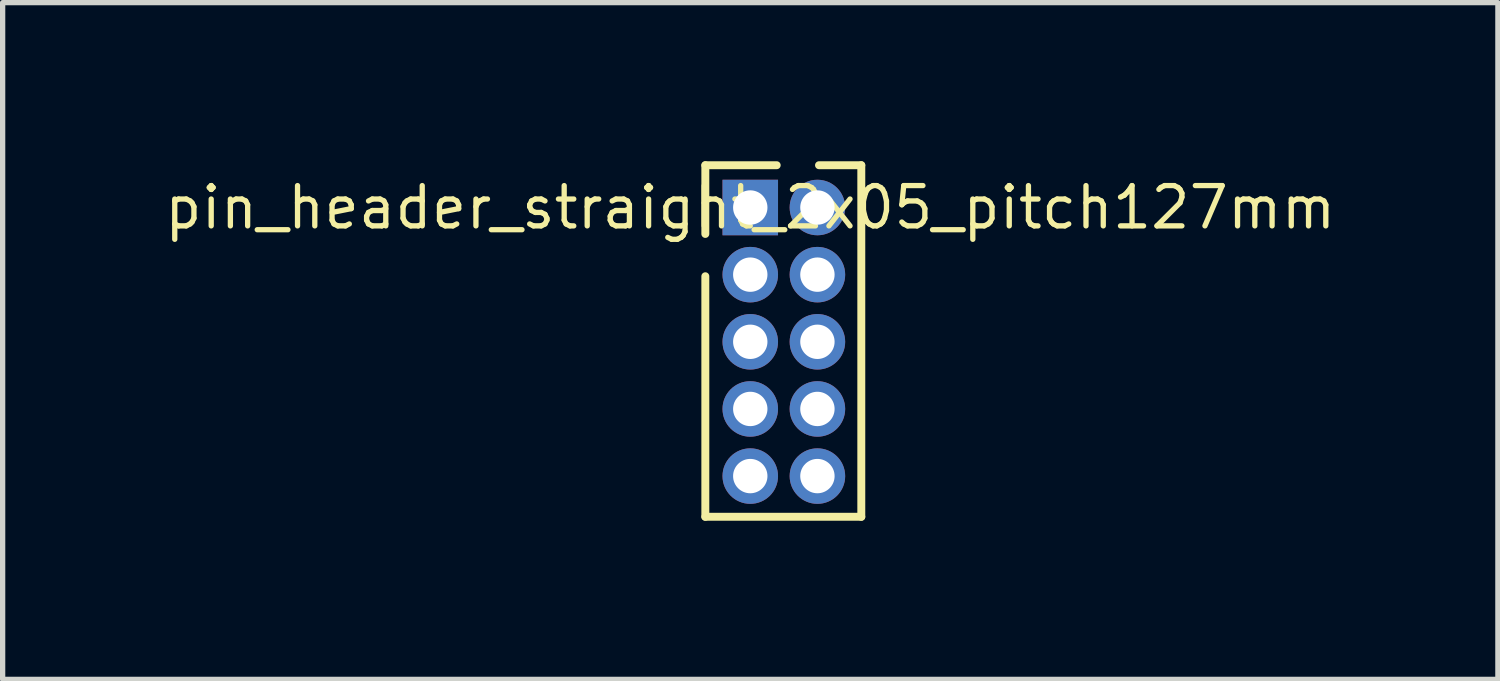
<source format=kicad_pcb>
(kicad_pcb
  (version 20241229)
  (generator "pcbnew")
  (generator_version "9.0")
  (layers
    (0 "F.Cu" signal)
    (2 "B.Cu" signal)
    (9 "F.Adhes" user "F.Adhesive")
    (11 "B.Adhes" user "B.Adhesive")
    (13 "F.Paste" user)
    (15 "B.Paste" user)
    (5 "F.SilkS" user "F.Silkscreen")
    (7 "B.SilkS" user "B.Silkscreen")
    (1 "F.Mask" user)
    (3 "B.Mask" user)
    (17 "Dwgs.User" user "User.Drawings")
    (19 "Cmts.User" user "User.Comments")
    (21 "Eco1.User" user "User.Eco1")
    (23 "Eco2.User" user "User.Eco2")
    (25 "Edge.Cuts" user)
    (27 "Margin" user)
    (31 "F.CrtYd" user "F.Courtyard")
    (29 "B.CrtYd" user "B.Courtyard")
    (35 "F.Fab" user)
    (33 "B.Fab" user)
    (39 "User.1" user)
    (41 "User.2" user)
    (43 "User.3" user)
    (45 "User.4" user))
  (footprint "pin_header_straight_2x05_pitch127mm"
    (layer "F.Cu")
    (at 11.141 0.875)
    (property "Reference" "pin_header_straight_2x05_pitch127mm" (at 0 0 0) (layer "F.SilkS") (effects (font (size 0.762 0.762) (thickness 0.1))))
    (attr through_hole)
    (fp_poly (pts (xy -0.675 0.675) (xy 0.675 0.675) (xy 0.675 -0.675) (xy -0.675 -0.675)) (stroke (width 0) (type solid)) (fill yes) (layer "F.Mask"))
    (fp_poly (pts (xy 0.675 1.27) (xy 0.662 1.138) (xy 0.624 1.012) (xy 0.561 0.895) (xy 0.477 0.793) (xy 0.375 0.709) (xy 0.258 0.646) (xy 0.132 0.608) (xy 0 0.595) (xy -0.132 0.608) (xy -0.258 0.646) (xy -0.375 0.709) (xy -0.477 0.793) (xy -0.561 0.895) (xy -0.624 1.012) (xy -0.662 1.138) (xy -0.675 1.27) (xy -0.662 1.402) (xy -0.624 1.528) (xy -0.561 1.645) (xy -0.477 1.747) (xy -0.375 1.831) (xy -0.258 1.894) (xy -0.132 1.932) (xy 0 1.945) (xy 0.132 1.932) (xy 0.258 1.894) (xy 0.375 1.831) (xy 0.477 1.747) (xy 0.561 1.645) (xy 0.624 1.528) (xy 0.662 1.402)) (stroke (width 0) (type solid)) (fill yes) (layer "F.Mask"))
    (fp_poly (pts (xy 0.675 2.54) (xy 0.662 2.408) (xy 0.624 2.282) (xy 0.561 2.165) (xy 0.477 2.063) (xy 0.375 1.979) (xy 0.258 1.916) (xy 0.132 1.878) (xy 0 1.865) (xy -0.132 1.878) (xy -0.258 1.916) (xy -0.375 1.979) (xy -0.477 2.063) (xy -0.561 2.165) (xy -0.624 2.282) (xy -0.662 2.408) (xy -0.675 2.54) (xy -0.662 2.672) (xy -0.624 2.798) (xy -0.561 2.915) (xy -0.477 3.017) (xy -0.375 3.101) (xy -0.258 3.164) (xy -0.132 3.202) (xy 0 3.215) (xy 0.132 3.202) (xy 0.258 3.164) (xy 0.375 3.101) (xy 0.477 3.017) (xy 0.561 2.915) (xy 0.624 2.798) (xy 0.662 2.672)) (stroke (width 0) (type solid)) (fill yes) (layer "F.Mask"))
    (fp_poly (pts (xy 0.675 3.81) (xy 0.662 3.678) (xy 0.624 3.552) (xy 0.561 3.435) (xy 0.477 3.333) (xy 0.375 3.249) (xy 0.258 3.186) (xy 0.132 3.148) (xy 0 3.135) (xy -0.132 3.148) (xy -0.258 3.186) (xy -0.375 3.249) (xy -0.477 3.333) (xy -0.561 3.435) (xy -0.624 3.552) (xy -0.662 3.678) (xy -0.675 3.81) (xy -0.662 3.942) (xy -0.624 4.068) (xy -0.561 4.185) (xy -0.477 4.287) (xy -0.375 4.371) (xy -0.258 4.434) (xy -0.132 4.472) (xy 0 4.485) (xy 0.132 4.472) (xy 0.258 4.434) (xy 0.375 4.371) (xy 0.477 4.287) (xy 0.561 4.185) (xy 0.624 4.068) (xy 0.662 3.942)) (stroke (width 0) (type solid)) (fill yes) (layer "F.Mask"))
    (fp_poly (pts (xy 0.675 5.08) (xy 0.662 4.948) (xy 0.624 4.822) (xy 0.561 4.705) (xy 0.477 4.603) (xy 0.375 4.519) (xy 0.258 4.456) (xy 0.132 4.418) (xy 0 4.405) (xy -0.132 4.418) (xy -0.258 4.456) (xy -0.375 4.519) (xy -0.477 4.603) (xy -0.561 4.705) (xy -0.624 4.822) (xy -0.662 4.948) (xy -0.675 5.08) (xy -0.662 5.212) (xy -0.624 5.338) (xy -0.561 5.455) (xy -0.477 5.557) (xy -0.375 5.641) (xy -0.258 5.704) (xy -0.132 5.742) (xy 0 5.755) (xy 0.132 5.742) (xy 0.258 5.704) (xy 0.375 5.641) (xy 0.477 5.557) (xy 0.561 5.455) (xy 0.624 5.338) (xy 0.662 5.212)) (stroke (width 0) (type solid)) (fill yes) (layer "F.Mask"))
    (fp_poly (pts (xy 1.945 0) (xy 1.932 -0.132) (xy 1.894 -0.258) (xy 1.831 -0.375) (xy 1.747 -0.477) (xy 1.645 -0.561) (xy 1.528 -0.624) (xy 1.402 -0.662) (xy 1.27 -0.675) (xy 1.138 -0.662) (xy 1.012 -0.624) (xy 0.895 -0.561) (xy 0.793 -0.477) (xy 0.709 -0.375) (xy 0.646 -0.258) (xy 0.608 -0.132) (xy 0.595 0) (xy 0.608 0.132) (xy 0.646 0.258) (xy 0.709 0.375) (xy 0.793 0.477) (xy 0.895 0.561) (xy 1.012 0.624) (xy 1.138 0.662) (xy 1.27 0.675) (xy 1.402 0.662) (xy 1.528 0.624) (xy 1.645 0.561) (xy 1.747 0.477) (xy 1.831 0.375) (xy 1.894 0.258) (xy 1.932 0.132)) (stroke (width 0) (type solid)) (fill yes) (layer "F.Mask"))
    (fp_poly (pts (xy 1.945 1.27) (xy 1.932 1.138) (xy 1.894 1.012) (xy 1.831 0.895) (xy 1.747 0.793) (xy 1.645 0.709) (xy 1.528 0.646) (xy 1.402 0.608) (xy 1.27 0.595) (xy 1.138 0.608) (xy 1.012 0.646) (xy 0.895 0.709) (xy 0.793 0.793) (xy 0.709 0.895) (xy 0.646 1.012) (xy 0.608 1.138) (xy 0.595 1.27) (xy 0.608 1.402) (xy 0.646 1.528) (xy 0.709 1.645) (xy 0.793 1.747) (xy 0.895 1.831) (xy 1.012 1.894) (xy 1.138 1.932) (xy 1.27 1.945) (xy 1.402 1.932) (xy 1.528 1.894) (xy 1.645 1.831) (xy 1.747 1.747) (xy 1.831 1.645) (xy 1.894 1.528) (xy 1.932 1.402)) (stroke (width 0) (type solid)) (fill yes) (layer "F.Mask"))
    (fp_poly (pts (xy 1.945 2.54) (xy 1.932 2.408) (xy 1.894 2.282) (xy 1.831 2.165) (xy 1.747 2.063) (xy 1.645 1.979) (xy 1.528 1.916) (xy 1.402 1.878) (xy 1.27 1.865) (xy 1.138 1.878) (xy 1.012 1.916) (xy 0.895 1.979) (xy 0.793 2.063) (xy 0.709 2.165) (xy 0.646 2.282) (xy 0.608 2.408) (xy 0.595 2.54) (xy 0.608 2.672) (xy 0.646 2.798) (xy 0.709 2.915) (xy 0.793 3.017) (xy 0.895 3.101) (xy 1.012 3.164) (xy 1.138 3.202) (xy 1.27 3.215) (xy 1.402 3.202) (xy 1.528 3.164) (xy 1.645 3.101) (xy 1.747 3.017) (xy 1.831 2.915) (xy 1.894 2.798) (xy 1.932 2.672)) (stroke (width 0) (type solid)) (fill yes) (layer "F.Mask"))
    (fp_poly (pts (xy 1.945 3.81) (xy 1.932 3.678) (xy 1.894 3.552) (xy 1.831 3.435) (xy 1.747 3.333) (xy 1.645 3.249) (xy 1.528 3.186) (xy 1.402 3.148) (xy 1.27 3.135) (xy 1.138 3.148) (xy 1.012 3.186) (xy 0.895 3.249) (xy 0.793 3.333) (xy 0.709 3.435) (xy 0.646 3.552) (xy 0.608 3.678) (xy 0.595 3.81) (xy 0.608 3.942) (xy 0.646 4.068) (xy 0.709 4.185) (xy 0.793 4.287) (xy 0.895 4.371) (xy 1.012 4.434) (xy 1.138 4.472) (xy 1.27 4.485) (xy 1.402 4.472) (xy 1.528 4.434) (xy 1.645 4.371) (xy 1.747 4.287) (xy 1.831 4.185) (xy 1.894 4.068) (xy 1.932 3.942)) (stroke (width 0) (type solid)) (fill yes) (layer "F.Mask"))
    (fp_poly (pts (xy 1.945 5.08) (xy 1.932 4.948) (xy 1.894 4.822) (xy 1.831 4.705) (xy 1.747 4.603) (xy 1.645 4.519) (xy 1.528 4.456) (xy 1.402 4.418) (xy 1.27 4.405) (xy 1.138 4.418) (xy 1.012 4.456) (xy 0.895 4.519) (xy 0.793 4.603) (xy 0.709 4.705) (xy 0.646 4.822) (xy 0.608 4.948) (xy 0.595 5.08) (xy 0.608 5.212) (xy 0.646 5.338) (xy 0.709 5.455) (xy 0.793 5.557) (xy 0.895 5.641) (xy 1.012 5.704) (xy 1.138 5.742) (xy 1.27 5.755) (xy 1.402 5.742) (xy 1.528 5.704) (xy 1.645 5.641) (xy 1.747 5.557) (xy 1.831 5.455) (xy 1.894 5.338) (xy 1.932 5.212)) (stroke (width 0) (type solid)) (fill yes) (layer "F.Mask"))
    (fp_poly (pts (xy -0.675 0.675) (xy 0.675 0.675) (xy 0.675 -0.675) (xy -0.675 -0.675)) (stroke (width 0) (type solid)) (fill yes) (layer "B.Mask"))
    (fp_poly (pts (xy 0.675 1.27) (xy 0.662 1.138) (xy 0.624 1.012) (xy 0.561 0.895) (xy 0.477 0.793) (xy 0.375 0.709) (xy 0.258 0.646) (xy 0.132 0.608) (xy 0 0.595) (xy -0.132 0.608) (xy -0.258 0.646) (xy -0.375 0.709) (xy -0.477 0.793) (xy -0.561 0.895) (xy -0.624 1.012) (xy -0.662 1.138) (xy -0.675 1.27) (xy -0.662 1.402) (xy -0.624 1.528) (xy -0.561 1.645) (xy -0.477 1.747) (xy -0.375 1.831) (xy -0.258 1.894) (xy -0.132 1.932) (xy 0 1.945) (xy 0.132 1.932) (xy 0.258 1.894) (xy 0.375 1.831) (xy 0.477 1.747) (xy 0.561 1.645) (xy 0.624 1.528) (xy 0.662 1.402)) (stroke (width 0) (type solid)) (fill yes) (layer "B.Mask"))
    (fp_poly (pts (xy 0.675 2.54) (xy 0.662 2.408) (xy 0.624 2.282) (xy 0.561 2.165) (xy 0.477 2.063) (xy 0.375 1.979) (xy 0.258 1.916) (xy 0.132 1.878) (xy 0 1.865) (xy -0.132 1.878) (xy -0.258 1.916) (xy -0.375 1.979) (xy -0.477 2.063) (xy -0.561 2.165) (xy -0.624 2.282) (xy -0.662 2.408) (xy -0.675 2.54) (xy -0.662 2.672) (xy -0.624 2.798) (xy -0.561 2.915) (xy -0.477 3.017) (xy -0.375 3.101) (xy -0.258 3.164) (xy -0.132 3.202) (xy 0 3.215) (xy 0.132 3.202) (xy 0.258 3.164) (xy 0.375 3.101) (xy 0.477 3.017) (xy 0.561 2.915) (xy 0.624 2.798) (xy 0.662 2.672)) (stroke (width 0) (type solid)) (fill yes) (layer "B.Mask"))
    (fp_poly (pts (xy 0.675 3.81) (xy 0.662 3.678) (xy 0.624 3.552) (xy 0.561 3.435) (xy 0.477 3.333) (xy 0.375 3.249) (xy 0.258 3.186) (xy 0.132 3.148) (xy 0 3.135) (xy -0.132 3.148) (xy -0.258 3.186) (xy -0.375 3.249) (xy -0.477 3.333) (xy -0.561 3.435) (xy -0.624 3.552) (xy -0.662 3.678) (xy -0.675 3.81) (xy -0.662 3.942) (xy -0.624 4.068) (xy -0.561 4.185) (xy -0.477 4.287) (xy -0.375 4.371) (xy -0.258 4.434) (xy -0.132 4.472) (xy 0 4.485) (xy 0.132 4.472) (xy 0.258 4.434) (xy 0.375 4.371) (xy 0.477 4.287) (xy 0.561 4.185) (xy 0.624 4.068) (xy 0.662 3.942)) (stroke (width 0) (type solid)) (fill yes) (layer "B.Mask"))
    (fp_poly (pts (xy 0.675 5.08) (xy 0.662 4.948) (xy 0.624 4.822) (xy 0.561 4.705) (xy 0.477 4.603) (xy 0.375 4.519) (xy 0.258 4.456) (xy 0.132 4.418) (xy 0 4.405) (xy -0.132 4.418) (xy -0.258 4.456) (xy -0.375 4.519) (xy -0.477 4.603) (xy -0.561 4.705) (xy -0.624 4.822) (xy -0.662 4.948) (xy -0.675 5.08) (xy -0.662 5.212) (xy -0.624 5.338) (xy -0.561 5.455) (xy -0.477 5.557) (xy -0.375 5.641) (xy -0.258 5.704) (xy -0.132 5.742) (xy 0 5.755) (xy 0.132 5.742) (xy 0.258 5.704) (xy 0.375 5.641) (xy 0.477 5.557) (xy 0.561 5.455) (xy 0.624 5.338) (xy 0.662 5.212)) (stroke (width 0) (type solid)) (fill yes) (layer "B.Mask"))
    (fp_poly (pts (xy 1.945 0) (xy 1.932 -0.132) (xy 1.894 -0.258) (xy 1.831 -0.375) (xy 1.747 -0.477) (xy 1.645 -0.561) (xy 1.528 -0.624) (xy 1.402 -0.662) (xy 1.27 -0.675) (xy 1.138 -0.662) (xy 1.012 -0.624) (xy 0.895 -0.561) (xy 0.793 -0.477) (xy 0.709 -0.375) (xy 0.646 -0.258) (xy 0.608 -0.132) (xy 0.595 0) (xy 0.608 0.132) (xy 0.646 0.258) (xy 0.709 0.375) (xy 0.793 0.477) (xy 0.895 0.561) (xy 1.012 0.624) (xy 1.138 0.662) (xy 1.27 0.675) (xy 1.402 0.662) (xy 1.528 0.624) (xy 1.645 0.561) (xy 1.747 0.477) (xy 1.831 0.375) (xy 1.894 0.258) (xy 1.932 0.132)) (stroke (width 0) (type solid)) (fill yes) (layer "B.Mask"))
    (fp_poly (pts (xy 1.945 1.27) (xy 1.932 1.138) (xy 1.894 1.012) (xy 1.831 0.895) (xy 1.747 0.793) (xy 1.645 0.709) (xy 1.528 0.646) (xy 1.402 0.608) (xy 1.27 0.595) (xy 1.138 0.608) (xy 1.012 0.646) (xy 0.895 0.709) (xy 0.793 0.793) (xy 0.709 0.895) (xy 0.646 1.012) (xy 0.608 1.138) (xy 0.595 1.27) (xy 0.608 1.402) (xy 0.646 1.528) (xy 0.709 1.645) (xy 0.793 1.747) (xy 0.895 1.831) (xy 1.012 1.894) (xy 1.138 1.932) (xy 1.27 1.945) (xy 1.402 1.932) (xy 1.528 1.894) (xy 1.645 1.831) (xy 1.747 1.747) (xy 1.831 1.645) (xy 1.894 1.528) (xy 1.932 1.402)) (stroke (width 0) (type solid)) (fill yes) (layer "B.Mask"))
    (fp_poly (pts (xy 1.945 2.54) (xy 1.932 2.408) (xy 1.894 2.282) (xy 1.831 2.165) (xy 1.747 2.063) (xy 1.645 1.979) (xy 1.528 1.916) (xy 1.402 1.878) (xy 1.27 1.865) (xy 1.138 1.878) (xy 1.012 1.916) (xy 0.895 1.979) (xy 0.793 2.063) (xy 0.709 2.165) (xy 0.646 2.282) (xy 0.608 2.408) (xy 0.595 2.54) (xy 0.608 2.672) (xy 0.646 2.798) (xy 0.709 2.915) (xy 0.793 3.017) (xy 0.895 3.101) (xy 1.012 3.164) (xy 1.138 3.202) (xy 1.27 3.215) (xy 1.402 3.202) (xy 1.528 3.164) (xy 1.645 3.101) (xy 1.747 3.017) (xy 1.831 2.915) (xy 1.894 2.798) (xy 1.932 2.672)) (stroke (width 0) (type solid)) (fill yes) (layer "B.Mask"))
    (fp_poly (pts (xy 1.945 3.81) (xy 1.932 3.678) (xy 1.894 3.552) (xy 1.831 3.435) (xy 1.747 3.333) (xy 1.645 3.249) (xy 1.528 3.186) (xy 1.402 3.148) (xy 1.27 3.135) (xy 1.138 3.148) (xy 1.012 3.186) (xy 0.895 3.249) (xy 0.793 3.333) (xy 0.709 3.435) (xy 0.646 3.552) (xy 0.608 3.678) (xy 0.595 3.81) (xy 0.608 3.942) (xy 0.646 4.068) (xy 0.709 4.185) (xy 0.793 4.287) (xy 0.895 4.371) (xy 1.012 4.434) (xy 1.138 4.472) (xy 1.27 4.485) (xy 1.402 4.472) (xy 1.528 4.434) (xy 1.645 4.371) (xy 1.747 4.287) (xy 1.831 4.185) (xy 1.894 4.068) (xy 1.932 3.942)) (stroke (width 0) (type solid)) (fill yes) (layer "B.Mask"))
    (fp_poly (pts (xy 1.945 5.08) (xy 1.932 4.948) (xy 1.894 4.822) (xy 1.831 4.705) (xy 1.747 4.603) (xy 1.645 4.519) (xy 1.528 4.456) (xy 1.402 4.418) (xy 1.27 4.405) (xy 1.138 4.418) (xy 1.012 4.456) (xy 0.895 4.519) (xy 0.793 4.603) (xy 0.709 4.705) (xy 0.646 4.822) (xy 0.608 4.948) (xy 0.595 5.08) (xy 0.608 5.212) (xy 0.646 5.338) (xy 0.709 5.455) (xy 0.793 5.557) (xy 0.895 5.641) (xy 1.012 5.704) (xy 1.138 5.742) (xy 1.27 5.755) (xy 1.402 5.742) (xy 1.528 5.704) (xy 1.645 5.641) (xy 1.747 5.557) (xy 1.831 5.455) (xy 1.894 5.338) (xy 1.932 5.212)) (stroke (width 0) (type solid)) (fill yes) (layer "B.Mask"))
    (fp_line (start -0.85 -0.8) (end -0.85 0.5) (stroke (width 0.15) (type solid)) (layer "F.SilkS"))
    (fp_line (start -0.85 5.85) (end -0.85 1.3) (stroke (width 0.15) (type solid)) (layer "F.SilkS"))
    (fp_line (start 0.5 -0.8) (end -0.85 -0.8) (stroke (width 0.15) (type solid)) (layer "F.SilkS"))
    (fp_line (start 2.1 -0.8) (end 1.3 -0.8) (stroke (width 0.15) (type solid)) (layer "F.SilkS"))
    (fp_line (start 2.1 5.85) (end -0.85 5.85) (stroke (width 0.15) (type solid)) (layer "F.SilkS"))
    (fp_line (start 2.1 5.85) (end 2.1 -0.8) (stroke (width 0.15) (type solid)) (layer "F.SilkS"))
    (pad "1" thru_hole rect (at 0 0) (size 1.05 1.05) (drill 0.65) (layers "*.Cu"))
    (pad "2" thru_hole circle (at 1.27 0) (size 1.05 1.05) (drill 0.65) (layers "*.Cu"))
    (pad "3" thru_hole circle (at 0 1.27) (size 1.05 1.05) (drill 0.65) (layers "*.Cu"))
    (pad "4" thru_hole circle (at 1.27 1.27) (size 1.05 1.05) (drill 0.65) (layers "*.Cu"))
    (pad "5" thru_hole circle (at 0 2.54) (size 1.05 1.05) (drill 0.65) (layers "*.Cu"))
    (pad "6" thru_hole circle (at 1.27 2.54) (size 1.05 1.05) (drill 0.65) (layers "*.Cu"))
    (pad "7" thru_hole circle (at 0 3.81) (size 1.05 1.05) (drill 0.65) (layers "*.Cu"))
    (pad "8" thru_hole circle (at 1.27 3.81) (size 1.05 1.05) (drill 0.65) (layers "*.Cu"))
    (pad "9" thru_hole circle (at 0 5.08) (size 1.05 1.05) (drill 0.65) (layers "*.Cu"))
    (pad "10" thru_hole circle (at 1.27 5.08) (size 1.05 1.05) (drill 0.65) (layers "*.Cu")))
  (gr_rect
    (start -3 -3)
    (end 25.282 9.8)
    (stroke (width 0.1) (type default))
    (fill no)
    (layer "Edge.Cuts")))
</source>
